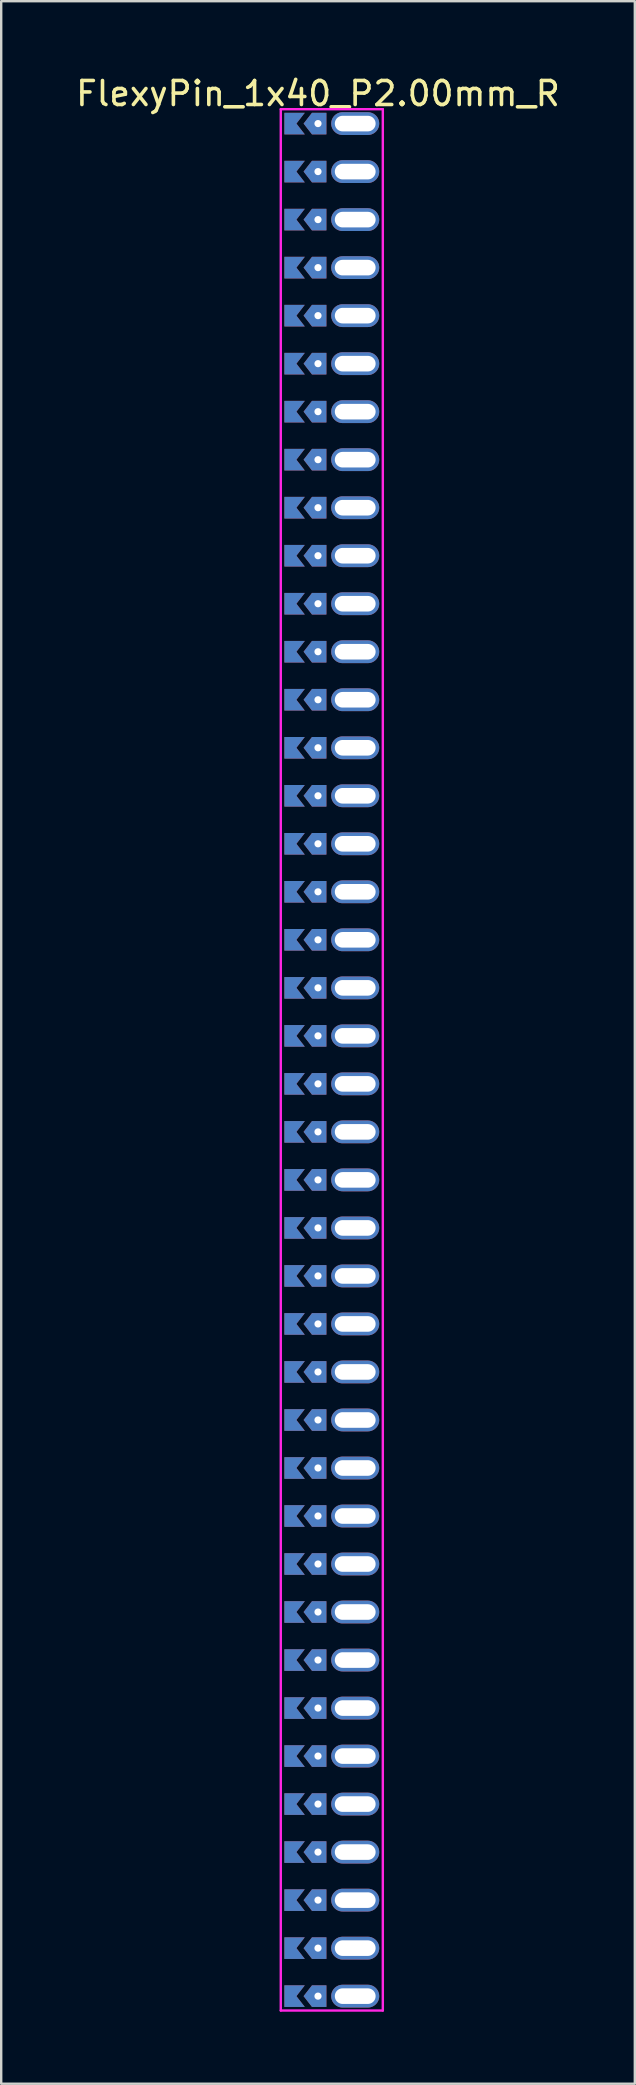
<source format=kicad_pcb>
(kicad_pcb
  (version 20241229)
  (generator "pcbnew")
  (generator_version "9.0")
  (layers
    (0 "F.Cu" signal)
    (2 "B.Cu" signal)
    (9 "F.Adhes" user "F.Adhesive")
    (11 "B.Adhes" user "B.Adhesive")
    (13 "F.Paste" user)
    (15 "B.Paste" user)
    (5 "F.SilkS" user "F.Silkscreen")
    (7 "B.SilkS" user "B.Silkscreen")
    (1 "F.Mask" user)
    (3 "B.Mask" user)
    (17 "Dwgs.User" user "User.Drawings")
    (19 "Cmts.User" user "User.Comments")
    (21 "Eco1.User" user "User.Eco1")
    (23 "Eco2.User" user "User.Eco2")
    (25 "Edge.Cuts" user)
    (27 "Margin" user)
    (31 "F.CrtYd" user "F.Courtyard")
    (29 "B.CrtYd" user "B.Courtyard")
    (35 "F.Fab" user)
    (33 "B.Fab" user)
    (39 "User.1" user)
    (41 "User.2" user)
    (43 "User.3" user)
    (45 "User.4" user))
  (footprint "FlexyPin_1x40_P2.00mm_R"
    (layer "F.Cu")
    (at 10.196 2.098)
    (property "Reference" "FlexyPin_1x40_P2.00mm_R" (at 0 -1.25 0) (layer "F.SilkS") (effects (font (size 1 1) (thickness 0.15))))
    (attr through_hole)
    (fp_line (start -1.55 -0.6) (end 2.7 -0.6) (stroke (width 0.1) (type solid)) (layer "F.CrtYd"))
    (fp_line (start -1.55 78.6) (end -1.55 -0.6) (stroke (width 0.1) (type solid)) (layer "F.CrtYd"))
    (fp_line (start 2.7 -0.6) (end 2.7 78.6) (stroke (width 0.1) (type solid)) (layer "F.CrtYd"))
    (fp_line (start 2.7 78.6) (end -1.55 78.6) (stroke (width 0.1) (type solid)) (layer "F.CrtYd"))
    (pad "" thru_hole custom (at 0 0) (size 0.3 0.3) (drill 0.6) (layers "*.Cu" "*.Mask") (options (anchor rect)) (primitives (gr_poly (pts (xy 0.35 0.45) (xy 0.35 -0.45) (xy -0.25 -0.45) (xy -0.6 0) (xy -0.25 0.45)) (width 0) (fill yes))))
    (pad "" thru_hole custom (at 0 2) (size 0.3 0.3) (drill 0.6) (layers "*.Cu" "*.Mask") (options (anchor rect)) (primitives (gr_poly (pts (xy 0.35 0.45) (xy 0.35 -0.45) (xy -0.25 -0.45) (xy -0.6 0) (xy -0.25 0.45)) (width 0) (fill yes))))
    (pad "" thru_hole custom (at 0 4) (size 0.3 0.3) (drill 0.6) (layers "*.Cu" "*.Mask") (options (anchor rect)) (primitives (gr_poly (pts (xy 0.35 0.45) (xy 0.35 -0.45) (xy -0.25 -0.45) (xy -0.6 0) (xy -0.25 0.45)) (width 0) (fill yes))))
    (pad "" thru_hole custom (at 0 6) (size 0.3 0.3) (drill 0.6) (layers "*.Cu" "*.Mask") (options (anchor rect)) (primitives (gr_poly (pts (xy 0.35 0.45) (xy 0.35 -0.45) (xy -0.25 -0.45) (xy -0.6 0) (xy -0.25 0.45)) (width 0) (fill yes))))
    (pad "" thru_hole custom (at 0 8) (size 0.3 0.3) (drill 0.6) (layers "*.Cu" "*.Mask") (options (anchor rect)) (primitives (gr_poly (pts (xy 0.35 0.45) (xy 0.35 -0.45) (xy -0.25 -0.45) (xy -0.6 0) (xy -0.25 0.45)) (width 0) (fill yes))))
    (pad "" thru_hole custom (at 0 10) (size 0.3 0.3) (drill 0.6) (layers "*.Cu" "*.Mask") (options (anchor rect)) (primitives (gr_poly (pts (xy 0.35 0.45) (xy 0.35 -0.45) (xy -0.25 -0.45) (xy -0.6 0) (xy -0.25 0.45)) (width 0) (fill yes))))
    (pad "" thru_hole custom (at 0 12) (size 0.3 0.3) (drill 0.6) (layers "*.Cu" "*.Mask") (options (anchor rect)) (primitives (gr_poly (pts (xy 0.35 0.45) (xy 0.35 -0.45) (xy -0.25 -0.45) (xy -0.6 0) (xy -0.25 0.45)) (width 0) (fill yes))))
    (pad "" thru_hole custom (at 0 14) (size 0.3 0.3) (drill 0.6) (layers "*.Cu" "*.Mask") (options (anchor rect)) (primitives (gr_poly (pts (xy 0.35 0.45) (xy 0.35 -0.45) (xy -0.25 -0.45) (xy -0.6 0) (xy -0.25 0.45)) (width 0) (fill yes))))
    (pad "" thru_hole custom (at 0 16) (size 0.3 0.3) (drill 0.6) (layers "*.Cu" "*.Mask") (options (anchor rect)) (primitives (gr_poly (pts (xy 0.35 0.45) (xy 0.35 -0.45) (xy -0.25 -0.45) (xy -0.6 0) (xy -0.25 0.45)) (width 0) (fill yes))))
    (pad "" thru_hole custom (at 0 18) (size 0.3 0.3) (drill 0.6) (layers "*.Cu" "*.Mask") (options (anchor rect)) (primitives (gr_poly (pts (xy 0.35 0.45) (xy 0.35 -0.45) (xy -0.25 -0.45) (xy -0.6 0) (xy -0.25 0.45)) (width 0) (fill yes))))
    (pad "" thru_hole custom (at 0 20) (size 0.3 0.3) (drill 0.6) (layers "*.Cu" "*.Mask") (options (anchor rect)) (primitives (gr_poly (pts (xy 0.35 0.45) (xy 0.35 -0.45) (xy -0.25 -0.45) (xy -0.6 0) (xy -0.25 0.45)) (width 0) (fill yes))))
    (pad "" thru_hole custom (at 0 22) (size 0.3 0.3) (drill 0.6) (layers "*.Cu" "*.Mask") (options (anchor rect)) (primitives (gr_poly (pts (xy 0.35 0.45) (xy 0.35 -0.45) (xy -0.25 -0.45) (xy -0.6 0) (xy -0.25 0.45)) (width 0) (fill yes))))
    (pad "" thru_hole custom (at 0 24) (size 0.3 0.3) (drill 0.6) (layers "*.Cu" "*.Mask") (options (anchor rect)) (primitives (gr_poly (pts (xy 0.35 0.45) (xy 0.35 -0.45) (xy -0.25 -0.45) (xy -0.6 0) (xy -0.25 0.45)) (width 0) (fill yes))))
    (pad "" thru_hole custom (at 0 26) (size 0.3 0.3) (drill 0.6) (layers "*.Cu" "*.Mask") (options (anchor rect)) (primitives (gr_poly (pts (xy 0.35 0.45) (xy 0.35 -0.45) (xy -0.25 -0.45) (xy -0.6 0) (xy -0.25 0.45)) (width 0) (fill yes))))
    (pad "" thru_hole custom (at 0 28) (size 0.3 0.3) (drill 0.6) (layers "*.Cu" "*.Mask") (options (anchor rect)) (primitives (gr_poly (pts (xy 0.35 0.45) (xy 0.35 -0.45) (xy -0.25 -0.45) (xy -0.6 0) (xy -0.25 0.45)) (width 0) (fill yes))))
    (pad "" thru_hole custom (at 0 30) (size 0.3 0.3) (drill 0.6) (layers "*.Cu" "*.Mask") (options (anchor rect)) (primitives (gr_poly (pts (xy 0.35 0.45) (xy 0.35 -0.45) (xy -0.25 -0.45) (xy -0.6 0) (xy -0.25 0.45)) (width 0) (fill yes))))
    (pad "" thru_hole custom (at 0 32) (size 0.3 0.3) (drill 0.6) (layers "*.Cu" "*.Mask") (options (anchor rect)) (primitives (gr_poly (pts (xy 0.35 0.45) (xy 0.35 -0.45) (xy -0.25 -0.45) (xy -0.6 0) (xy -0.25 0.45)) (width 0) (fill yes))))
    (pad "" thru_hole custom (at 0 34) (size 0.3 0.3) (drill 0.6) (layers "*.Cu" "*.Mask") (options (anchor rect)) (primitives (gr_poly (pts (xy 0.35 0.45) (xy 0.35 -0.45) (xy -0.25 -0.45) (xy -0.6 0) (xy -0.25 0.45)) (width 0) (fill yes))))
    (pad "" thru_hole custom (at 0 36) (size 0.3 0.3) (drill 0.6) (layers "*.Cu" "*.Mask") (options (anchor rect)) (primitives (gr_poly (pts (xy 0.35 0.45) (xy 0.35 -0.45) (xy -0.25 -0.45) (xy -0.6 0) (xy -0.25 0.45)) (width 0) (fill yes))))
    (pad "" thru_hole custom (at 0 38) (size 0.3 0.3) (drill 0.6) (layers "*.Cu" "*.Mask") (options (anchor rect)) (primitives (gr_poly (pts (xy 0.35 0.45) (xy 0.35 -0.45) (xy -0.25 -0.45) (xy -0.6 0) (xy -0.25 0.45)) (width 0) (fill yes))))
    (pad "" thru_hole custom (at 0 40) (size 0.3 0.3) (drill 0.6) (layers "*.Cu" "*.Mask") (options (anchor rect)) (primitives (gr_poly (pts (xy 0.35 0.45) (xy 0.35 -0.45) (xy -0.25 -0.45) (xy -0.6 0) (xy -0.25 0.45)) (width 0) (fill yes))))
    (pad "" thru_hole custom (at 0 42) (size 0.3 0.3) (drill 0.6) (layers "*.Cu" "*.Mask") (options (anchor rect)) (primitives (gr_poly (pts (xy 0.35 0.45) (xy 0.35 -0.45) (xy -0.25 -0.45) (xy -0.6 0) (xy -0.25 0.45)) (width 0) (fill yes))))
    (pad "" thru_hole custom (at 0 44) (size 0.3 0.3) (drill 0.6) (layers "*.Cu" "*.Mask") (options (anchor rect)) (primitives (gr_poly (pts (xy 0.35 0.45) (xy 0.35 -0.45) (xy -0.25 -0.45) (xy -0.6 0) (xy -0.25 0.45)) (width 0) (fill yes))))
    (pad "" thru_hole custom (at 0 46) (size 0.3 0.3) (drill 0.6) (layers "*.Cu" "*.Mask") (options (anchor rect)) (primitives (gr_poly (pts (xy 0.35 0.45) (xy 0.35 -0.45) (xy -0.25 -0.45) (xy -0.6 0) (xy -0.25 0.45)) (width 0) (fill yes))))
    (pad "" thru_hole custom (at 0 48) (size 0.3 0.3) (drill 0.6) (layers "*.Cu" "*.Mask") (options (anchor rect)) (primitives (gr_poly (pts (xy 0.35 0.45) (xy 0.35 -0.45) (xy -0.25 -0.45) (xy -0.6 0) (xy -0.25 0.45)) (width 0) (fill yes))))
    (pad "" thru_hole custom (at 0 50) (size 0.3 0.3) (drill 0.6) (layers "*.Cu" "*.Mask") (options (anchor rect)) (primitives (gr_poly (pts (xy 0.35 0.45) (xy 0.35 -0.45) (xy -0.25 -0.45) (xy -0.6 0) (xy -0.25 0.45)) (width 0) (fill yes))))
    (pad "" thru_hole custom (at 0 52) (size 0.3 0.3) (drill 0.6) (layers "*.Cu" "*.Mask") (options (anchor rect)) (primitives (gr_poly (pts (xy 0.35 0.45) (xy 0.35 -0.45) (xy -0.25 -0.45) (xy -0.6 0) (xy -0.25 0.45)) (width 0) (fill yes))))
    (pad "" thru_hole custom (at 0 54) (size 0.3 0.3) (drill 0.6) (layers "*.Cu" "*.Mask") (options (anchor rect)) (primitives (gr_poly (pts (xy 0.35 0.45) (xy 0.35 -0.45) (xy -0.25 -0.45) (xy -0.6 0) (xy -0.25 0.45)) (width 0) (fill yes))))
    (pad "" thru_hole custom (at 0 56) (size 0.3 0.3) (drill 0.6) (layers "*.Cu" "*.Mask") (options (anchor rect)) (primitives (gr_poly (pts (xy 0.35 0.45) (xy 0.35 -0.45) (xy -0.25 -0.45) (xy -0.6 0) (xy -0.25 0.45)) (width 0) (fill yes))))
    (pad "" thru_hole custom (at 0 58) (size 0.3 0.3) (drill 0.6) (layers "*.Cu" "*.Mask") (options (anchor rect)) (primitives (gr_poly (pts (xy 0.35 0.45) (xy 0.35 -0.45) (xy -0.25 -0.45) (xy -0.6 0) (xy -0.25 0.45)) (width 0) (fill yes))))
    (pad "" thru_hole custom (at 0 60) (size 0.3 0.3) (drill 0.6) (layers "*.Cu" "*.Mask") (options (anchor rect)) (primitives (gr_poly (pts (xy 0.35 0.45) (xy 0.35 -0.45) (xy -0.25 -0.45) (xy -0.6 0) (xy -0.25 0.45)) (width 0) (fill yes))))
    (pad "" thru_hole custom (at 0 62) (size 0.3 0.3) (drill 0.6) (layers "*.Cu" "*.Mask") (options (anchor rect)) (primitives (gr_poly (pts (xy 0.35 0.45) (xy 0.35 -0.45) (xy -0.25 -0.45) (xy -0.6 0) (xy -0.25 0.45)) (width 0) (fill yes))))
    (pad "" thru_hole custom (at 0 64) (size 0.3 0.3) (drill 0.6) (layers "*.Cu" "*.Mask") (options (anchor rect)) (primitives (gr_poly (pts (xy 0.35 0.45) (xy 0.35 -0.45) (xy -0.25 -0.45) (xy -0.6 0) (xy -0.25 0.45)) (width 0) (fill yes))))
    (pad "" thru_hole custom (at 0 66) (size 0.3 0.3) (drill 0.6) (layers "*.Cu" "*.Mask") (options (anchor rect)) (primitives (gr_poly (pts (xy 0.35 0.45) (xy 0.35 -0.45) (xy -0.25 -0.45) (xy -0.6 0) (xy -0.25 0.45)) (width 0) (fill yes))))
    (pad "" thru_hole custom (at 0 68) (size 0.3 0.3) (drill 0.6) (layers "*.Cu" "*.Mask") (options (anchor rect)) (primitives (gr_poly (pts (xy 0.35 0.45) (xy 0.35 -0.45) (xy -0.25 -0.45) (xy -0.6 0) (xy -0.25 0.45)) (width 0) (fill yes))))
    (pad "" thru_hole custom (at 0 70) (size 0.3 0.3) (drill 0.6) (layers "*.Cu" "*.Mask") (options (anchor rect)) (primitives (gr_poly (pts (xy 0.35 0.45) (xy 0.35 -0.45) (xy -0.25 -0.45) (xy -0.6 0) (xy -0.25 0.45)) (width 0) (fill yes))))
    (pad "" thru_hole custom (at 0 72) (size 0.3 0.3) (drill 0.6) (layers "*.Cu" "*.Mask") (options (anchor rect)) (primitives (gr_poly (pts (xy 0.35 0.45) (xy 0.35 -0.45) (xy -0.25 -0.45) (xy -0.6 0) (xy -0.25 0.45)) (width 0) (fill yes))))
    (pad "" thru_hole custom (at 0 74) (size 0.3 0.3) (drill 0.6) (layers "*.Cu" "*.Mask") (options (anchor rect)) (primitives (gr_poly (pts (xy 0.35 0.45) (xy 0.35 -0.45) (xy -0.25 -0.45) (xy -0.6 0) (xy -0.25 0.45)) (width 0) (fill yes))))
    (pad "" thru_hole custom (at 0 76) (size 0.3 0.3) (drill 0.6) (layers "*.Cu" "*.Mask") (options (anchor rect)) (primitives (gr_poly (pts (xy 0.35 0.45) (xy 0.35 -0.45) (xy -0.25 -0.45) (xy -0.6 0) (xy -0.25 0.45)) (width 0) (fill yes))))
    (pad "" thru_hole custom (at 0 78) (size 0.3 0.3) (drill 0.6) (layers "*.Cu" "*.Mask") (options (anchor rect)) (primitives (gr_poly (pts (xy 0.35 0.45) (xy 0.35 -0.45) (xy -0.25 -0.45) (xy -0.6 0) (xy -0.25 0.45)) (width 0) (fill yes))))
    (pad "" thru_hole oval (at 1.55 0) (size 2 0.95) (drill oval 1.7 0.65) (layers "*.Cu" "*.Mask"))
    (pad "" thru_hole oval (at 1.55 2) (size 2 0.95) (drill oval 1.7 0.65) (layers "*.Cu" "*.Mask"))
    (pad "" thru_hole oval (at 1.55 4) (size 2 0.95) (drill oval 1.7 0.65) (layers "*.Cu" "*.Mask"))
    (pad "" thru_hole oval (at 1.55 6) (size 2 0.95) (drill oval 1.7 0.65) (layers "*.Cu" "*.Mask"))
    (pad "" thru_hole oval (at 1.55 8) (size 2 0.95) (drill oval 1.7 0.65) (layers "*.Cu" "*.Mask"))
    (pad "" thru_hole oval (at 1.55 10) (size 2 0.95) (drill oval 1.7 0.65) (layers "*.Cu" "*.Mask"))
    (pad "" thru_hole oval (at 1.55 12) (size 2 0.95) (drill oval 1.7 0.65) (layers "*.Cu" "*.Mask"))
    (pad "" thru_hole oval (at 1.55 14) (size 2 0.95) (drill oval 1.7 0.65) (layers "*.Cu" "*.Mask"))
    (pad "" thru_hole oval (at 1.55 16) (size 2 0.95) (drill oval 1.7 0.65) (layers "*.Cu" "*.Mask"))
    (pad "" thru_hole oval (at 1.55 18) (size 2 0.95) (drill oval 1.7 0.65) (layers "*.Cu" "*.Mask"))
    (pad "" thru_hole oval (at 1.55 20) (size 2 0.95) (drill oval 1.7 0.65) (layers "*.Cu" "*.Mask"))
    (pad "" thru_hole oval (at 1.55 22) (size 2 0.95) (drill oval 1.7 0.65) (layers "*.Cu" "*.Mask"))
    (pad "" thru_hole oval (at 1.55 24) (size 2 0.95) (drill oval 1.7 0.65) (layers "*.Cu" "*.Mask"))
    (pad "" thru_hole oval (at 1.55 26) (size 2 0.95) (drill oval 1.7 0.65) (layers "*.Cu" "*.Mask"))
    (pad "" thru_hole oval (at 1.55 28) (size 2 0.95) (drill oval 1.7 0.65) (layers "*.Cu" "*.Mask"))
    (pad "" thru_hole oval (at 1.55 30) (size 2 0.95) (drill oval 1.7 0.65) (layers "*.Cu" "*.Mask"))
    (pad "" thru_hole oval (at 1.55 32) (size 2 0.95) (drill oval 1.7 0.65) (layers "*.Cu" "*.Mask"))
    (pad "" thru_hole oval (at 1.55 34) (size 2 0.95) (drill oval 1.7 0.65) (layers "*.Cu" "*.Mask"))
    (pad "" thru_hole oval (at 1.55 36) (size 2 0.95) (drill oval 1.7 0.65) (layers "*.Cu" "*.Mask"))
    (pad "" thru_hole oval (at 1.55 38) (size 2 0.95) (drill oval 1.7 0.65) (layers "*.Cu" "*.Mask"))
    (pad "" thru_hole oval (at 1.55 40) (size 2 0.95) (drill oval 1.7 0.65) (layers "*.Cu" "*.Mask"))
    (pad "" thru_hole oval (at 1.55 42) (size 2 0.95) (drill oval 1.7 0.65) (layers "*.Cu" "*.Mask"))
    (pad "" thru_hole oval (at 1.55 44) (size 2 0.95) (drill oval 1.7 0.65) (layers "*.Cu" "*.Mask"))
    (pad "" thru_hole oval (at 1.55 46) (size 2 0.95) (drill oval 1.7 0.65) (layers "*.Cu" "*.Mask"))
    (pad "" thru_hole oval (at 1.55 48) (size 2 0.95) (drill oval 1.7 0.65) (layers "*.Cu" "*.Mask"))
    (pad "" thru_hole oval (at 1.55 50) (size 2 0.95) (drill oval 1.7 0.65) (layers "*.Cu" "*.Mask"))
    (pad "" thru_hole oval (at 1.55 52) (size 2 0.95) (drill oval 1.7 0.65) (layers "*.Cu" "*.Mask"))
    (pad "" thru_hole oval (at 1.55 54) (size 2 0.95) (drill oval 1.7 0.65) (layers "*.Cu" "*.Mask"))
    (pad "" thru_hole oval (at 1.55 56) (size 2 0.95) (drill oval 1.7 0.65) (layers "*.Cu" "*.Mask"))
    (pad "" thru_hole oval (at 1.55 58) (size 2 0.95) (drill oval 1.7 0.65) (layers "*.Cu" "*.Mask"))
    (pad "" thru_hole oval (at 1.55 60) (size 2 0.95) (drill oval 1.7 0.65) (layers "*.Cu" "*.Mask"))
    (pad "" thru_hole oval (at 1.55 62) (size 2 0.95) (drill oval 1.7 0.65) (layers "*.Cu" "*.Mask"))
    (pad "" thru_hole oval (at 1.55 64) (size 2 0.95) (drill oval 1.7 0.65) (layers "*.Cu" "*.Mask"))
    (pad "" thru_hole oval (at 1.55 66) (size 2 0.95) (drill oval 1.7 0.65) (layers "*.Cu" "*.Mask"))
    (pad "" thru_hole oval (at 1.55 68) (size 2 0.95) (drill oval 1.7 0.65) (layers "*.Cu" "*.Mask"))
    (pad "" thru_hole oval (at 1.55 70) (size 2 0.95) (drill oval 1.7 0.65) (layers "*.Cu" "*.Mask"))
    (pad "" thru_hole oval (at 1.55 72) (size 2 0.95) (drill oval 1.7 0.65) (layers "*.Cu" "*.Mask"))
    (pad "" thru_hole oval (at 1.55 74) (size 2 0.95) (drill oval 1.7 0.65) (layers "*.Cu" "*.Mask"))
    (pad "" thru_hole oval (at 1.55 76) (size 2 0.95) (drill oval 1.7 0.65) (layers "*.Cu" "*.Mask"))
    (pad "" thru_hole oval (at 1.55 78) (size 2 0.95) (drill oval 1.7 0.65) (layers "*.Cu" "*.Mask"))
    (pad "1" smd custom (at -0.9 0) (size 0.01 0.01) (layers "F.Cu" "F.Mask") (options (anchor rect)) (primitives (gr_poly (pts (xy 0 0) (xy 0.35 0.45) (xy -0.5 0.45) (xy -0.5 -0.45) (xy 0.35 -0.45)) (width 0) (fill yes))))
    (pad "2" smd custom (at -0.9 2) (size 0.01 0.01) (layers "F.Cu" "F.Mask") (options (anchor rect)) (primitives (gr_poly (pts (xy 0 0) (xy 0.35 0.45) (xy -0.5 0.45) (xy -0.5 -0.45) (xy 0.35 -0.45)) (width 0) (fill yes))))
    (pad "3" smd custom (at -0.9 4) (size 0.01 0.01) (layers "F.Cu" "F.Mask") (options (anchor rect)) (primitives (gr_poly (pts (xy 0 0) (xy 0.35 0.45) (xy -0.5 0.45) (xy -0.5 -0.45) (xy 0.35 -0.45)) (width 0) (fill yes))))
    (pad "4" smd custom (at -0.9 6) (size 0.01 0.01) (layers "F.Cu" "F.Mask") (options (anchor rect)) (primitives (gr_poly (pts (xy 0 0) (xy 0.35 0.45) (xy -0.5 0.45) (xy -0.5 -0.45) (xy 0.35 -0.45)) (width 0) (fill yes))))
    (pad "5" smd custom (at -0.9 8) (size 0.01 0.01) (layers "F.Cu" "F.Mask") (options (anchor rect)) (primitives (gr_poly (pts (xy 0 0) (xy 0.35 0.45) (xy -0.5 0.45) (xy -0.5 -0.45) (xy 0.35 -0.45)) (width 0) (fill yes))))
    (pad "6" smd custom (at -0.9 10) (size 0.01 0.01) (layers "F.Cu" "F.Mask") (options (anchor rect)) (primitives (gr_poly (pts (xy 0 0) (xy 0.35 0.45) (xy -0.5 0.45) (xy -0.5 -0.45) (xy 0.35 -0.45)) (width 0) (fill yes))))
    (pad "7" smd custom (at -0.9 12) (size 0.01 0.01) (layers "F.Cu" "F.Mask") (options (anchor rect)) (primitives (gr_poly (pts (xy 0 0) (xy 0.35 0.45) (xy -0.5 0.45) (xy -0.5 -0.45) (xy 0.35 -0.45)) (width 0) (fill yes))))
    (pad "8" smd custom (at -0.9 14) (size 0.01 0.01) (layers "F.Cu" "F.Mask") (options (anchor rect)) (primitives (gr_poly (pts (xy 0 0) (xy 0.35 0.45) (xy -0.5 0.45) (xy -0.5 -0.45) (xy 0.35 -0.45)) (width 0) (fill yes))))
    (pad "9" smd custom (at -0.9 16) (size 0.01 0.01) (layers "F.Cu" "F.Mask") (options (anchor rect)) (primitives (gr_poly (pts (xy 0 0) (xy 0.35 0.45) (xy -0.5 0.45) (xy -0.5 -0.45) (xy 0.35 -0.45)) (width 0) (fill yes))))
    (pad "10" smd custom (at -0.9 18) (size 0.01 0.01) (layers "F.Cu" "F.Mask") (options (anchor rect)) (primitives (gr_poly (pts (xy 0 0) (xy 0.35 0.45) (xy -0.5 0.45) (xy -0.5 -0.45) (xy 0.35 -0.45)) (width 0) (fill yes))))
    (pad "11" smd custom (at -0.9 20) (size 0.01 0.01) (layers "F.Cu" "F.Mask") (options (anchor rect)) (primitives (gr_poly (pts (xy 0 0) (xy 0.35 0.45) (xy -0.5 0.45) (xy -0.5 -0.45) (xy 0.35 -0.45)) (width 0) (fill yes))))
    (pad "12" smd custom (at -0.9 22) (size 0.01 0.01) (layers "F.Cu" "F.Mask") (options (anchor rect)) (primitives (gr_poly (pts (xy 0 0) (xy 0.35 0.45) (xy -0.5 0.45) (xy -0.5 -0.45) (xy 0.35 -0.45)) (width 0) (fill yes))))
    (pad "13" smd custom (at -0.9 24) (size 0.01 0.01) (layers "F.Cu" "F.Mask") (options (anchor rect)) (primitives (gr_poly (pts (xy 0 0) (xy 0.35 0.45) (xy -0.5 0.45) (xy -0.5 -0.45) (xy 0.35 -0.45)) (width 0) (fill yes))))
    (pad "14" smd custom (at -0.9 26) (size 0.01 0.01) (layers "F.Cu" "F.Mask") (options (anchor rect)) (primitives (gr_poly (pts (xy 0 0) (xy 0.35 0.45) (xy -0.5 0.45) (xy -0.5 -0.45) (xy 0.35 -0.45)) (width 0) (fill yes))))
    (pad "15" smd custom (at -0.9 28) (size 0.01 0.01) (layers "F.Cu" "F.Mask") (options (anchor rect)) (primitives (gr_poly (pts (xy 0 0) (xy 0.35 0.45) (xy -0.5 0.45) (xy -0.5 -0.45) (xy 0.35 -0.45)) (width 0) (fill yes))))
    (pad "16" smd custom (at -0.9 30) (size 0.01 0.01) (layers "F.Cu" "F.Mask") (options (anchor rect)) (primitives (gr_poly (pts (xy 0 0) (xy 0.35 0.45) (xy -0.5 0.45) (xy -0.5 -0.45) (xy 0.35 -0.45)) (width 0) (fill yes))))
    (pad "17" smd custom (at -0.9 32) (size 0.01 0.01) (layers "F.Cu" "F.Mask") (options (anchor rect)) (primitives (gr_poly (pts (xy 0 0) (xy 0.35 0.45) (xy -0.5 0.45) (xy -0.5 -0.45) (xy 0.35 -0.45)) (width 0) (fill yes))))
    (pad "18" smd custom (at -0.9 34) (size 0.01 0.01) (layers "F.Cu" "F.Mask") (options (anchor rect)) (primitives (gr_poly (pts (xy 0 0) (xy 0.35 0.45) (xy -0.5 0.45) (xy -0.5 -0.45) (xy 0.35 -0.45)) (width 0) (fill yes))))
    (pad "19" smd custom (at -0.9 36) (size 0.01 0.01) (layers "F.Cu" "F.Mask") (options (anchor rect)) (primitives (gr_poly (pts (xy 0 0) (xy 0.35 0.45) (xy -0.5 0.45) (xy -0.5 -0.45) (xy 0.35 -0.45)) (width 0) (fill yes))))
    (pad "20" smd custom (at -0.9 38) (size 0.01 0.01) (layers "F.Cu" "F.Mask") (options (anchor rect)) (primitives (gr_poly (pts (xy 0 0) (xy 0.35 0.45) (xy -0.5 0.45) (xy -0.5 -0.45) (xy 0.35 -0.45)) (width 0) (fill yes))))
    (pad "21" smd custom (at -0.9 40) (size 0.01 0.01) (layers "F.Cu" "F.Mask") (options (anchor rect)) (primitives (gr_poly (pts (xy 0 0) (xy 0.35 0.45) (xy -0.5 0.45) (xy -0.5 -0.45) (xy 0.35 -0.45)) (width 0) (fill yes))))
    (pad "22" smd custom (at -0.9 42) (size 0.01 0.01) (layers "F.Cu" "F.Mask") (options (anchor rect)) (primitives (gr_poly (pts (xy 0 0) (xy 0.35 0.45) (xy -0.5 0.45) (xy -0.5 -0.45) (xy 0.35 -0.45)) (width 0) (fill yes))))
    (pad "23" smd custom (at -0.9 44) (size 0.01 0.01) (layers "F.Cu" "F.Mask") (options (anchor rect)) (primitives (gr_poly (pts (xy 0 0) (xy 0.35 0.45) (xy -0.5 0.45) (xy -0.5 -0.45) (xy 0.35 -0.45)) (width 0) (fill yes))))
    (pad "24" smd custom (at -0.9 46) (size 0.01 0.01) (layers "F.Cu" "F.Mask") (options (anchor rect)) (primitives (gr_poly (pts (xy 0 0) (xy 0.35 0.45) (xy -0.5 0.45) (xy -0.5 -0.45) (xy 0.35 -0.45)) (width 0) (fill yes))))
    (pad "25" smd custom (at -0.9 48) (size 0.01 0.01) (layers "F.Cu" "F.Mask") (options (anchor rect)) (primitives (gr_poly (pts (xy 0 0) (xy 0.35 0.45) (xy -0.5 0.45) (xy -0.5 -0.45) (xy 0.35 -0.45)) (width 0) (fill yes))))
    (pad "26" smd custom (at -0.9 50) (size 0.01 0.01) (layers "F.Cu" "F.Mask") (options (anchor rect)) (primitives (gr_poly (pts (xy 0 0) (xy 0.35 0.45) (xy -0.5 0.45) (xy -0.5 -0.45) (xy 0.35 -0.45)) (width 0) (fill yes))))
    (pad "27" smd custom (at -0.9 52) (size 0.01 0.01) (layers "F.Cu" "F.Mask") (options (anchor rect)) (primitives (gr_poly (pts (xy 0 0) (xy 0.35 0.45) (xy -0.5 0.45) (xy -0.5 -0.45) (xy 0.35 -0.45)) (width 0) (fill yes))))
    (pad "28" smd custom (at -0.9 54) (size 0.01 0.01) (layers "F.Cu" "F.Mask") (options (anchor rect)) (primitives (gr_poly (pts (xy 0 0) (xy 0.35 0.45) (xy -0.5 0.45) (xy -0.5 -0.45) (xy 0.35 -0.45)) (width 0) (fill yes))))
    (pad "29" smd custom (at -0.9 56) (size 0.01 0.01) (layers "F.Cu" "F.Mask") (options (anchor rect)) (primitives (gr_poly (pts (xy 0 0) (xy 0.35 0.45) (xy -0.5 0.45) (xy -0.5 -0.45) (xy 0.35 -0.45)) (width 0) (fill yes))))
    (pad "30" smd custom (at -0.9 58) (size 0.01 0.01) (layers "F.Cu" "F.Mask") (options (anchor rect)) (primitives (gr_poly (pts (xy 0 0) (xy 0.35 0.45) (xy -0.5 0.45) (xy -0.5 -0.45) (xy 0.35 -0.45)) (width 0) (fill yes))))
    (pad "31" smd custom (at -0.9 60) (size 0.01 0.01) (layers "F.Cu" "F.Mask") (options (anchor rect)) (primitives (gr_poly (pts (xy 0 0) (xy 0.35 0.45) (xy -0.5 0.45) (xy -0.5 -0.45) (xy 0.35 -0.45)) (width 0) (fill yes))))
    (pad "32" smd custom (at -0.9 62) (size 0.01 0.01) (layers "F.Cu" "F.Mask") (options (anchor rect)) (primitives (gr_poly (pts (xy 0 0) (xy 0.35 0.45) (xy -0.5 0.45) (xy -0.5 -0.45) (xy 0.35 -0.45)) (width 0) (fill yes))))
    (pad "33" smd custom (at -0.9 64) (size 0.01 0.01) (layers "F.Cu" "F.Mask") (options (anchor rect)) (primitives (gr_poly (pts (xy 0 0) (xy 0.35 0.45) (xy -0.5 0.45) (xy -0.5 -0.45) (xy 0.35 -0.45)) (width 0) (fill yes))))
    (pad "34" smd custom (at -0.9 66) (size 0.01 0.01) (layers "F.Cu" "F.Mask") (options (anchor rect)) (primitives (gr_poly (pts (xy 0 0) (xy 0.35 0.45) (xy -0.5 0.45) (xy -0.5 -0.45) (xy 0.35 -0.45)) (width 0) (fill yes))))
    (pad "35" smd custom (at -0.9 68) (size 0.01 0.01) (layers "F.Cu" "F.Mask") (options (anchor rect)) (primitives (gr_poly (pts (xy 0 0) (xy 0.35 0.45) (xy -0.5 0.45) (xy -0.5 -0.45) (xy 0.35 -0.45)) (width 0) (fill yes))))
    (pad "36" smd custom (at -0.9 70) (size 0.01 0.01) (layers "F.Cu" "F.Mask") (options (anchor rect)) (primitives (gr_poly (pts (xy 0 0) (xy 0.35 0.45) (xy -0.5 0.45) (xy -0.5 -0.45) (xy 0.35 -0.45)) (width 0) (fill yes))))
    (pad "37" smd custom (at -0.9 72) (size 0.01 0.01) (layers "F.Cu" "F.Mask") (options (anchor rect)) (primitives (gr_poly (pts (xy 0 0) (xy 0.35 0.45) (xy -0.5 0.45) (xy -0.5 -0.45) (xy 0.35 -0.45)) (width 0) (fill yes))))
    (pad "38" smd custom (at -0.9 74) (size 0.01 0.01) (layers "F.Cu" "F.Mask") (options (anchor rect)) (primitives (gr_poly (pts (xy 0 0) (xy 0.35 0.45) (xy -0.5 0.45) (xy -0.5 -0.45) (xy 0.35 -0.45)) (width 0) (fill yes))))
    (pad "39" smd custom (at -0.9 76) (size 0.01 0.01) (layers "F.Cu" "F.Mask") (options (anchor rect)) (primitives (gr_poly (pts (xy 0 0) (xy 0.35 0.45) (xy -0.5 0.45) (xy -0.5 -0.45) (xy 0.35 -0.45)) (width 0) (fill yes))))
    (pad "40" smd custom (at -0.9 78) (size 0.01 0.01) (layers "F.Cu" "F.Mask") (options (anchor rect)) (primitives (gr_poly (pts (xy 0 0) (xy 0.35 0.45) (xy -0.5 0.45) (xy -0.5 -0.45) (xy 0.35 -0.45)) (width 0) (fill yes))))
    (pad "41" smd custom (at -0.9 0) (size 0.01 0.01) (layers "B.Cu" "B.Mask") (options (anchor rect)) (primitives (gr_poly (pts (xy 0 0) (xy 0.35 0.45) (xy -0.5 0.45) (xy -0.5 -0.45) (xy 0.35 -0.45)) (width 0) (fill yes))))
    (pad "42" smd custom (at -0.9 2) (size 0.01 0.01) (layers "B.Cu" "B.Mask") (options (anchor rect)) (primitives (gr_poly (pts (xy 0 0) (xy 0.35 0.45) (xy -0.5 0.45) (xy -0.5 -0.45) (xy 0.35 -0.45)) (width 0) (fill yes))))
    (pad "43" smd custom (at -0.9 4) (size 0.01 0.01) (layers "B.Cu" "B.Mask") (options (anchor rect)) (primitives (gr_poly (pts (xy 0 0) (xy 0.35 0.45) (xy -0.5 0.45) (xy -0.5 -0.45) (xy 0.35 -0.45)) (width 0) (fill yes))))
    (pad "44" smd custom (at -0.9 6) (size 0.01 0.01) (layers "B.Cu" "B.Mask") (options (anchor rect)) (primitives (gr_poly (pts (xy 0 0) (xy 0.35 0.45) (xy -0.5 0.45) (xy -0.5 -0.45) (xy 0.35 -0.45)) (width 0) (fill yes))))
    (pad "45" smd custom (at -0.9 8) (size 0.01 0.01) (layers "B.Cu" "B.Mask") (options (anchor rect)) (primitives (gr_poly (pts (xy 0 0) (xy 0.35 0.45) (xy -0.5 0.45) (xy -0.5 -0.45) (xy 0.35 -0.45)) (width 0) (fill yes))))
    (pad "46" smd custom (at -0.9 10) (size 0.01 0.01) (layers "B.Cu" "B.Mask") (options (anchor rect)) (primitives (gr_poly (pts (xy 0 0) (xy 0.35 0.45) (xy -0.5 0.45) (xy -0.5 -0.45) (xy 0.35 -0.45)) (width 0) (fill yes))))
    (pad "47" smd custom (at -0.9 12) (size 0.01 0.01) (layers "B.Cu" "B.Mask") (options (anchor rect)) (primitives (gr_poly (pts (xy 0 0) (xy 0.35 0.45) (xy -0.5 0.45) (xy -0.5 -0.45) (xy 0.35 -0.45)) (width 0) (fill yes))))
    (pad "48" smd custom (at -0.9 14) (size 0.01 0.01) (layers "B.Cu" "B.Mask") (options (anchor rect)) (primitives (gr_poly (pts (xy 0 0) (xy 0.35 0.45) (xy -0.5 0.45) (xy -0.5 -0.45) (xy 0.35 -0.45)) (width 0) (fill yes))))
    (pad "49" smd custom (at -0.9 16) (size 0.01 0.01) (layers "B.Cu" "B.Mask") (options (anchor rect)) (primitives (gr_poly (pts (xy 0 0) (xy 0.35 0.45) (xy -0.5 0.45) (xy -0.5 -0.45) (xy 0.35 -0.45)) (width 0) (fill yes))))
    (pad "50" smd custom (at -0.9 18) (size 0.01 0.01) (layers "B.Cu" "B.Mask") (options (anchor rect)) (primitives (gr_poly (pts (xy 0 0) (xy 0.35 0.45) (xy -0.5 0.45) (xy -0.5 -0.45) (xy 0.35 -0.45)) (width 0) (fill yes))))
    (pad "51" smd custom (at -0.9 20) (size 0.01 0.01) (layers "B.Cu" "B.Mask") (options (anchor rect)) (primitives (gr_poly (pts (xy 0 0) (xy 0.35 0.45) (xy -0.5 0.45) (xy -0.5 -0.45) (xy 0.35 -0.45)) (width 0) (fill yes))))
    (pad "52" smd custom (at -0.9 22) (size 0.01 0.01) (layers "B.Cu" "B.Mask") (options (anchor rect)) (primitives (gr_poly (pts (xy 0 0) (xy 0.35 0.45) (xy -0.5 0.45) (xy -0.5 -0.45) (xy 0.35 -0.45)) (width 0) (fill yes))))
    (pad "53" smd custom (at -0.9 24) (size 0.01 0.01) (layers "B.Cu" "B.Mask") (options (anchor rect)) (primitives (gr_poly (pts (xy 0 0) (xy 0.35 0.45) (xy -0.5 0.45) (xy -0.5 -0.45) (xy 0.35 -0.45)) (width 0) (fill yes))))
    (pad "54" smd custom (at -0.9 26) (size 0.01 0.01) (layers "B.Cu" "B.Mask") (options (anchor rect)) (primitives (gr_poly (pts (xy 0 0) (xy 0.35 0.45) (xy -0.5 0.45) (xy -0.5 -0.45) (xy 0.35 -0.45)) (width 0) (fill yes))))
    (pad "55" smd custom (at -0.9 28) (size 0.01 0.01) (layers "B.Cu" "B.Mask") (options (anchor rect)) (primitives (gr_poly (pts (xy 0 0) (xy 0.35 0.45) (xy -0.5 0.45) (xy -0.5 -0.45) (xy 0.35 -0.45)) (width 0) (fill yes))))
    (pad "56" smd custom (at -0.9 30) (size 0.01 0.01) (layers "B.Cu" "B.Mask") (options (anchor rect)) (primitives (gr_poly (pts (xy 0 0) (xy 0.35 0.45) (xy -0.5 0.45) (xy -0.5 -0.45) (xy 0.35 -0.45)) (width 0) (fill yes))))
    (pad "57" smd custom (at -0.9 32) (size 0.01 0.01) (layers "B.Cu" "B.Mask") (options (anchor rect)) (primitives (gr_poly (pts (xy 0 0) (xy 0.35 0.45) (xy -0.5 0.45) (xy -0.5 -0.45) (xy 0.35 -0.45)) (width 0) (fill yes))))
    (pad "58" smd custom (at -0.9 34) (size 0.01 0.01) (layers "B.Cu" "B.Mask") (options (anchor rect)) (primitives (gr_poly (pts (xy 0 0) (xy 0.35 0.45) (xy -0.5 0.45) (xy -0.5 -0.45) (xy 0.35 -0.45)) (width 0) (fill yes))))
    (pad "59" smd custom (at -0.9 36) (size 0.01 0.01) (layers "B.Cu" "B.Mask") (options (anchor rect)) (primitives (gr_poly (pts (xy 0 0) (xy 0.35 0.45) (xy -0.5 0.45) (xy -0.5 -0.45) (xy 0.35 -0.45)) (width 0) (fill yes))))
    (pad "60" smd custom (at -0.9 38) (size 0.01 0.01) (layers "B.Cu" "B.Mask") (options (anchor rect)) (primitives (gr_poly (pts (xy 0 0) (xy 0.35 0.45) (xy -0.5 0.45) (xy -0.5 -0.45) (xy 0.35 -0.45)) (width 0) (fill yes))))
    (pad "61" smd custom (at -0.9 40) (size 0.01 0.01) (layers "B.Cu" "B.Mask") (options (anchor rect)) (primitives (gr_poly (pts (xy 0 0) (xy 0.35 0.45) (xy -0.5 0.45) (xy -0.5 -0.45) (xy 0.35 -0.45)) (width 0) (fill yes))))
    (pad "62" smd custom (at -0.9 42) (size 0.01 0.01) (layers "B.Cu" "B.Mask") (options (anchor rect)) (primitives (gr_poly (pts (xy 0 0) (xy 0.35 0.45) (xy -0.5 0.45) (xy -0.5 -0.45) (xy 0.35 -0.45)) (width 0) (fill yes))))
    (pad "63" smd custom (at -0.9 44) (size 0.01 0.01) (layers "B.Cu" "B.Mask") (options (anchor rect)) (primitives (gr_poly (pts (xy 0 0) (xy 0.35 0.45) (xy -0.5 0.45) (xy -0.5 -0.45) (xy 0.35 -0.45)) (width 0) (fill yes))))
    (pad "64" smd custom (at -0.9 46) (size 0.01 0.01) (layers "B.Cu" "B.Mask") (options (anchor rect)) (primitives (gr_poly (pts (xy 0 0) (xy 0.35 0.45) (xy -0.5 0.45) (xy -0.5 -0.45) (xy 0.35 -0.45)) (width 0) (fill yes))))
    (pad "65" smd custom (at -0.9 48) (size 0.01 0.01) (layers "B.Cu" "B.Mask") (options (anchor rect)) (primitives (gr_poly (pts (xy 0 0) (xy 0.35 0.45) (xy -0.5 0.45) (xy -0.5 -0.45) (xy 0.35 -0.45)) (width 0) (fill yes))))
    (pad "66" smd custom (at -0.9 50) (size 0.01 0.01) (layers "B.Cu" "B.Mask") (options (anchor rect)) (primitives (gr_poly (pts (xy 0 0) (xy 0.35 0.45) (xy -0.5 0.45) (xy -0.5 -0.45) (xy 0.35 -0.45)) (width 0) (fill yes))))
    (pad "67" smd custom (at -0.9 52) (size 0.01 0.01) (layers "B.Cu" "B.Mask") (options (anchor rect)) (primitives (gr_poly (pts (xy 0 0) (xy 0.35 0.45) (xy -0.5 0.45) (xy -0.5 -0.45) (xy 0.35 -0.45)) (width 0) (fill yes))))
    (pad "68" smd custom (at -0.9 54) (size 0.01 0.01) (layers "B.Cu" "B.Mask") (options (anchor rect)) (primitives (gr_poly (pts (xy 0 0) (xy 0.35 0.45) (xy -0.5 0.45) (xy -0.5 -0.45) (xy 0.35 -0.45)) (width 0) (fill yes))))
    (pad "69" smd custom (at -0.9 56) (size 0.01 0.01) (layers "B.Cu" "B.Mask") (options (anchor rect)) (primitives (gr_poly (pts (xy 0 0) (xy 0.35 0.45) (xy -0.5 0.45) (xy -0.5 -0.45) (xy 0.35 -0.45)) (width 0) (fill yes))))
    (pad "70" smd custom (at -0.9 58) (size 0.01 0.01) (layers "B.Cu" "B.Mask") (options (anchor rect)) (primitives (gr_poly (pts (xy 0 0) (xy 0.35 0.45) (xy -0.5 0.45) (xy -0.5 -0.45) (xy 0.35 -0.45)) (width 0) (fill yes))))
    (pad "71" smd custom (at -0.9 60) (size 0.01 0.01) (layers "B.Cu" "B.Mask") (options (anchor rect)) (primitives (gr_poly (pts (xy 0 0) (xy 0.35 0.45) (xy -0.5 0.45) (xy -0.5 -0.45) (xy 0.35 -0.45)) (width 0) (fill yes))))
    (pad "72" smd custom (at -0.9 62) (size 0.01 0.01) (layers "B.Cu" "B.Mask") (options (anchor rect)) (primitives (gr_poly (pts (xy 0 0) (xy 0.35 0.45) (xy -0.5 0.45) (xy -0.5 -0.45) (xy 0.35 -0.45)) (width 0) (fill yes))))
    (pad "73" smd custom (at -0.9 64) (size 0.01 0.01) (layers "B.Cu" "B.Mask") (options (anchor rect)) (primitives (gr_poly (pts (xy 0 0) (xy 0.35 0.45) (xy -0.5 0.45) (xy -0.5 -0.45) (xy 0.35 -0.45)) (width 0) (fill yes))))
    (pad "74" smd custom (at -0.9 66) (size 0.01 0.01) (layers "B.Cu" "B.Mask") (options (anchor rect)) (primitives (gr_poly (pts (xy 0 0) (xy 0.35 0.45) (xy -0.5 0.45) (xy -0.5 -0.45) (xy 0.35 -0.45)) (width 0) (fill yes))))
    (pad "75" smd custom (at -0.9 68) (size 0.01 0.01) (layers "B.Cu" "B.Mask") (options (anchor rect)) (primitives (gr_poly (pts (xy 0 0) (xy 0.35 0.45) (xy -0.5 0.45) (xy -0.5 -0.45) (xy 0.35 -0.45)) (width 0) (fill yes))))
    (pad "76" smd custom (at -0.9 70) (size 0.01 0.01) (layers "B.Cu" "B.Mask") (options (anchor rect)) (primitives (gr_poly (pts (xy 0 0) (xy 0.35 0.45) (xy -0.5 0.45) (xy -0.5 -0.45) (xy 0.35 -0.45)) (width 0) (fill yes))))
    (pad "77" smd custom (at -0.9 72) (size 0.01 0.01) (layers "B.Cu" "B.Mask") (options (anchor rect)) (primitives (gr_poly (pts (xy 0 0) (xy 0.35 0.45) (xy -0.5 0.45) (xy -0.5 -0.45) (xy 0.35 -0.45)) (width 0) (fill yes))))
    (pad "78" smd custom (at -0.9 74) (size 0.01 0.01) (layers "B.Cu" "B.Mask") (options (anchor rect)) (primitives (gr_poly (pts (xy 0 0) (xy 0.35 0.45) (xy -0.5 0.45) (xy -0.5 -0.45) (xy 0.35 -0.45)) (width 0) (fill yes))))
    (pad "79" smd custom (at -0.9 76) (size 0.01 0.01) (layers "B.Cu" "B.Mask") (options (anchor rect)) (primitives (gr_poly (pts (xy 0 0) (xy 0.35 0.45) (xy -0.5 0.45) (xy -0.5 -0.45) (xy 0.35 -0.45)) (width 0) (fill yes))))
    (pad "80" smd custom (at -0.9 78) (size 0.01 0.01) (layers "B.Cu" "B.Mask") (options (anchor rect)) (primitives (gr_poly (pts (xy 0 0) (xy 0.35 0.45) (xy -0.5 0.45) (xy -0.5 -0.45) (xy 0.35 -0.45)) (width 0) (fill yes)))))
  (gr_rect
    (start -3 -3)
    (end 23.393 83.748)
    (stroke (width 0.1) (type default))
    (fill no)
    (layer "Edge.Cuts")))
</source>
